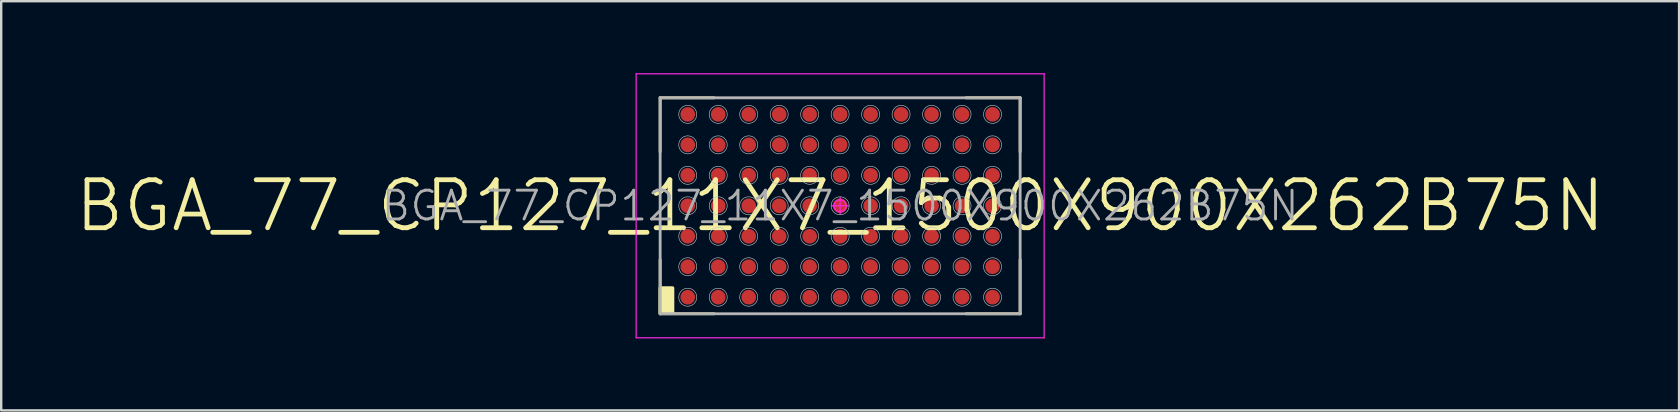
<source format=kicad_pcb>
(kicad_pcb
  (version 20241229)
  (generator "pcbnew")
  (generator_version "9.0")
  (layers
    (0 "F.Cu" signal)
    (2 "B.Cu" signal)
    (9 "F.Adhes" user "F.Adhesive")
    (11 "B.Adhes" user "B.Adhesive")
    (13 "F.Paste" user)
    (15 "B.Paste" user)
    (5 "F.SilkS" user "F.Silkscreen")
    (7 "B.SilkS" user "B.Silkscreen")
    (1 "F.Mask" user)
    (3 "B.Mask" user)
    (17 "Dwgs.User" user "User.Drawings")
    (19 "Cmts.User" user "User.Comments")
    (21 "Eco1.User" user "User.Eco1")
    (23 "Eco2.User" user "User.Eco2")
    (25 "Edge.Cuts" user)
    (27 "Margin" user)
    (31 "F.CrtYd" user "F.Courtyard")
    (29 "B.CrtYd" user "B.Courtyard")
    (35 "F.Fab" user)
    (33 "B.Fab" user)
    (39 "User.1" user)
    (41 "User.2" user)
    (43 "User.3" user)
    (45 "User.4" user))
  (footprint "BGA_77_CP127_11X7_1500X900X262B75N"
    (layer "F.Cu")
    (at 31.957 5.525)
    (property "Reference" "BGA_77_CP127_11X7_1500X900X262B75N" (at 0 0 0) (layer "F.Fab") (effects (font (size 1.2 1.2) (thickness 0.12))))
    (attr smd)
    (fp_line (start -7.5 -4.5) (end -7.5 -2.25) (stroke (width 0.12) (type solid)) (layer "F.SilkS"))
    (fp_line (start -7.5 4.5) (end -7.5 2.25) (stroke (width 0.12) (type solid)) (layer "F.SilkS"))
    (fp_line (start -5.25 -4.5) (end -7.5 -4.5) (stroke (width 0.12) (type solid)) (layer "F.SilkS"))
    (fp_line (start -5.25 4.5) (end -7.5 4.5) (stroke (width 0.12) (type solid)) (layer "F.SilkS"))
    (fp_line (start 5.25 -4.5) (end 7.5 -4.5) (stroke (width 0.12) (type solid)) (layer "F.SilkS"))
    (fp_line (start 5.25 4.5) (end 7.5 4.5) (stroke (width 0.12) (type solid)) (layer "F.SilkS"))
    (fp_line (start 7.5 -4.5) (end 7.5 -2.25) (stroke (width 0.12) (type solid)) (layer "F.SilkS"))
    (fp_line (start 7.5 4.5) (end 7.5 2.25) (stroke (width 0.12) (type solid)) (layer "F.SilkS"))
    (fp_poly (pts (xy -7.493 3.429) (xy -6.985 3.429) (xy -6.985 4.445) (xy -7.493 4.445)) (stroke (width 0.15) (type solid)) (fill yes) (layer "F.SilkS"))
    (fp_line (start -7.5 -4.5) (end 7.5 -4.5) (stroke (width 0.025) (type solid)) (layer "Dwgs.User"))
    (fp_line (start -7.5 4.5) (end -7.5 -4.5) (stroke (width 0.025) (type solid)) (layer "Dwgs.User"))
    (fp_line (start 7.5 -4.5) (end 7.5 4.5) (stroke (width 0.025) (type solid)) (layer "Dwgs.User"))
    (fp_line (start 7.5 4.5) (end -7.5 4.5) (stroke (width 0.025) (type solid)) (layer "Dwgs.User"))
    (fp_circle (center -6.35 -3.81) (end -6.35 -3.435) (stroke (width 0.025) (type solid)) (fill no) (layer "Dwgs.User"))
    (fp_circle (center -6.35 -2.54) (end -6.35 -2.165) (stroke (width 0.025) (type solid)) (fill no) (layer "Dwgs.User"))
    (fp_circle (center -6.35 -1.27) (end -6.35 -0.895) (stroke (width 0.025) (type solid)) (fill no) (layer "Dwgs.User"))
    (fp_circle (center -6.35 0) (end -6.35 0.375) (stroke (width 0.025) (type solid)) (fill no) (layer "Dwgs.User"))
    (fp_circle (center -6.35 1.27) (end -6.35 1.645) (stroke (width 0.025) (type solid)) (fill no) (layer "Dwgs.User"))
    (fp_circle (center -6.35 2.54) (end -6.35 2.915) (stroke (width 0.025) (type solid)) (fill no) (layer "Dwgs.User"))
    (fp_circle (center -6.35 3.81) (end -6.35 4.185) (stroke (width 0.025) (type solid)) (fill no) (layer "Dwgs.User"))
    (fp_circle (center -5.08 -3.81) (end -5.08 -3.435) (stroke (width 0.025) (type solid)) (fill no) (layer "Dwgs.User"))
    (fp_circle (center -5.08 -2.54) (end -5.08 -2.165) (stroke (width 0.025) (type solid)) (fill no) (layer "Dwgs.User"))
    (fp_circle (center -5.08 -1.27) (end -5.08 -0.895) (stroke (width 0.025) (type solid)) (fill no) (layer "Dwgs.User"))
    (fp_circle (center -5.08 0) (end -5.08 0.375) (stroke (width 0.025) (type solid)) (fill no) (layer "Dwgs.User"))
    (fp_circle (center -5.08 1.27) (end -5.08 1.645) (stroke (width 0.025) (type solid)) (fill no) (layer "Dwgs.User"))
    (fp_circle (center -5.08 2.54) (end -5.08 2.915) (stroke (width 0.025) (type solid)) (fill no) (layer "Dwgs.User"))
    (fp_circle (center -5.08 3.81) (end -5.08 4.185) (stroke (width 0.025) (type solid)) (fill no) (layer "Dwgs.User"))
    (fp_circle (center -3.81 -3.81) (end -3.81 -3.435) (stroke (width 0.025) (type solid)) (fill no) (layer "Dwgs.User"))
    (fp_circle (center -3.81 -2.54) (end -3.81 -2.165) (stroke (width 0.025) (type solid)) (fill no) (layer "Dwgs.User"))
    (fp_circle (center -3.81 -1.27) (end -3.81 -0.895) (stroke (width 0.025) (type solid)) (fill no) (layer "Dwgs.User"))
    (fp_circle (center -3.81 0) (end -3.81 0.375) (stroke (width 0.025) (type solid)) (fill no) (layer "Dwgs.User"))
    (fp_circle (center -3.81 1.27) (end -3.81 1.645) (stroke (width 0.025) (type solid)) (fill no) (layer "Dwgs.User"))
    (fp_circle (center -3.81 2.54) (end -3.81 2.915) (stroke (width 0.025) (type solid)) (fill no) (layer "Dwgs.User"))
    (fp_circle (center -3.81 3.81) (end -3.81 4.185) (stroke (width 0.025) (type solid)) (fill no) (layer "Dwgs.User"))
    (fp_circle (center -2.54 -3.81) (end -2.54 -3.435) (stroke (width 0.025) (type solid)) (fill no) (layer "Dwgs.User"))
    (fp_circle (center -2.54 -2.54) (end -2.54 -2.165) (stroke (width 0.025) (type solid)) (fill no) (layer "Dwgs.User"))
    (fp_circle (center -2.54 -1.27) (end -2.54 -0.895) (stroke (width 0.025) (type solid)) (fill no) (layer "Dwgs.User"))
    (fp_circle (center -2.54 0) (end -2.54 0.375) (stroke (width 0.025) (type solid)) (fill no) (layer "Dwgs.User"))
    (fp_circle (center -2.54 1.27) (end -2.54 1.645) (stroke (width 0.025) (type solid)) (fill no) (layer "Dwgs.User"))
    (fp_circle (center -2.54 2.54) (end -2.54 2.915) (stroke (width 0.025) (type solid)) (fill no) (layer "Dwgs.User"))
    (fp_circle (center -2.54 3.81) (end -2.54 4.185) (stroke (width 0.025) (type solid)) (fill no) (layer "Dwgs.User"))
    (fp_circle (center -1.27 -3.81) (end -1.27 -3.435) (stroke (width 0.025) (type solid)) (fill no) (layer "Dwgs.User"))
    (fp_circle (center -1.27 -2.54) (end -1.27 -2.165) (stroke (width 0.025) (type solid)) (fill no) (layer "Dwgs.User"))
    (fp_circle (center -1.27 -1.27) (end -1.27 -0.895) (stroke (width 0.025) (type solid)) (fill no) (layer "Dwgs.User"))
    (fp_circle (center -1.27 0) (end -1.27 0.375) (stroke (width 0.025) (type solid)) (fill no) (layer "Dwgs.User"))
    (fp_circle (center -1.27 1.27) (end -1.27 1.645) (stroke (width 0.025) (type solid)) (fill no) (layer "Dwgs.User"))
    (fp_circle (center -1.27 2.54) (end -1.27 2.915) (stroke (width 0.025) (type solid)) (fill no) (layer "Dwgs.User"))
    (fp_circle (center -1.27 3.81) (end -1.27 4.185) (stroke (width 0.025) (type solid)) (fill no) (layer "Dwgs.User"))
    (fp_circle (center 0 -3.81) (end 0 -3.435) (stroke (width 0.025) (type solid)) (fill no) (layer "Dwgs.User"))
    (fp_circle (center 0 -2.54) (end 0 -2.165) (stroke (width 0.025) (type solid)) (fill no) (layer "Dwgs.User"))
    (fp_circle (center 0 -1.27) (end 0 -0.895) (stroke (width 0.025) (type solid)) (fill no) (layer "Dwgs.User"))
    (fp_circle (center 0 0) (end 0 0.375) (stroke (width 0.025) (type solid)) (fill no) (layer "Dwgs.User"))
    (fp_circle (center 0 1.27) (end 0 1.645) (stroke (width 0.025) (type solid)) (fill no) (layer "Dwgs.User"))
    (fp_circle (center 0 2.54) (end 0 2.915) (stroke (width 0.025) (type solid)) (fill no) (layer "Dwgs.User"))
    (fp_circle (center 0 3.81) (end 0 4.185) (stroke (width 0.025) (type solid)) (fill no) (layer "Dwgs.User"))
    (fp_circle (center 1.27 -3.81) (end 1.27 -3.435) (stroke (width 0.025) (type solid)) (fill no) (layer "Dwgs.User"))
    (fp_circle (center 1.27 -2.54) (end 1.27 -2.165) (stroke (width 0.025) (type solid)) (fill no) (layer "Dwgs.User"))
    (fp_circle (center 1.27 -1.27) (end 1.27 -0.895) (stroke (width 0.025) (type solid)) (fill no) (layer "Dwgs.User"))
    (fp_circle (center 1.27 0) (end 1.27 0.375) (stroke (width 0.025) (type solid)) (fill no) (layer "Dwgs.User"))
    (fp_circle (center 1.27 1.27) (end 1.27 1.645) (stroke (width 0.025) (type solid)) (fill no) (layer "Dwgs.User"))
    (fp_circle (center 1.27 2.54) (end 1.27 2.915) (stroke (width 0.025) (type solid)) (fill no) (layer "Dwgs.User"))
    (fp_circle (center 1.27 3.81) (end 1.27 4.185) (stroke (width 0.025) (type solid)) (fill no) (layer "Dwgs.User"))
    (fp_circle (center 2.54 -3.81) (end 2.54 -3.435) (stroke (width 0.025) (type solid)) (fill no) (layer "Dwgs.User"))
    (fp_circle (center 2.54 -2.54) (end 2.54 -2.165) (stroke (width 0.025) (type solid)) (fill no) (layer "Dwgs.User"))
    (fp_circle (center 2.54 -1.27) (end 2.54 -0.895) (stroke (width 0.025) (type solid)) (fill no) (layer "Dwgs.User"))
    (fp_circle (center 2.54 0) (end 2.54 0.375) (stroke (width 0.025) (type solid)) (fill no) (layer "Dwgs.User"))
    (fp_circle (center 2.54 1.27) (end 2.54 1.645) (stroke (width 0.025) (type solid)) (fill no) (layer "Dwgs.User"))
    (fp_circle (center 2.54 2.54) (end 2.54 2.915) (stroke (width 0.025) (type solid)) (fill no) (layer "Dwgs.User"))
    (fp_circle (center 2.54 3.81) (end 2.54 4.185) (stroke (width 0.025) (type solid)) (fill no) (layer "Dwgs.User"))
    (fp_circle (center 3.81 -3.81) (end 3.81 -3.435) (stroke (width 0.025) (type solid)) (fill no) (layer "Dwgs.User"))
    (fp_circle (center 3.81 -2.54) (end 3.81 -2.165) (stroke (width 0.025) (type solid)) (fill no) (layer "Dwgs.User"))
    (fp_circle (center 3.81 -1.27) (end 3.81 -0.895) (stroke (width 0.025) (type solid)) (fill no) (layer "Dwgs.User"))
    (fp_circle (center 3.81 0) (end 3.81 0.375) (stroke (width 0.025) (type solid)) (fill no) (layer "Dwgs.User"))
    (fp_circle (center 3.81 1.27) (end 3.81 1.645) (stroke (width 0.025) (type solid)) (fill no) (layer "Dwgs.User"))
    (fp_circle (center 3.81 2.54) (end 3.81 2.915) (stroke (width 0.025) (type solid)) (fill no) (layer "Dwgs.User"))
    (fp_circle (center 3.81 3.81) (end 3.81 4.185) (stroke (width 0.025) (type solid)) (fill no) (layer "Dwgs.User"))
    (fp_circle (center 5.08 -3.81) (end 5.08 -3.435) (stroke (width 0.025) (type solid)) (fill no) (layer "Dwgs.User"))
    (fp_circle (center 5.08 -2.54) (end 5.08 -2.165) (stroke (width 0.025) (type solid)) (fill no) (layer "Dwgs.User"))
    (fp_circle (center 5.08 -1.27) (end 5.08 -0.895) (stroke (width 0.025) (type solid)) (fill no) (layer "Dwgs.User"))
    (fp_circle (center 5.08 0) (end 5.08 0.375) (stroke (width 0.025) (type solid)) (fill no) (layer "Dwgs.User"))
    (fp_circle (center 5.08 1.27) (end 5.08 1.645) (stroke (width 0.025) (type solid)) (fill no) (layer "Dwgs.User"))
    (fp_circle (center 5.08 2.54) (end 5.08 2.915) (stroke (width 0.025) (type solid)) (fill no) (layer "Dwgs.User"))
    (fp_circle (center 5.08 3.81) (end 5.08 4.185) (stroke (width 0.025) (type solid)) (fill no) (layer "Dwgs.User"))
    (fp_circle (center 6.35 -3.81) (end 6.35 -3.435) (stroke (width 0.025) (type solid)) (fill no) (layer "Dwgs.User"))
    (fp_circle (center 6.35 -2.54) (end 6.35 -2.165) (stroke (width 0.025) (type solid)) (fill no) (layer "Dwgs.User"))
    (fp_circle (center 6.35 -1.27) (end 6.35 -0.895) (stroke (width 0.025) (type solid)) (fill no) (layer "Dwgs.User"))
    (fp_circle (center 6.35 0) (end 6.35 0.375) (stroke (width 0.025) (type solid)) (fill no) (layer "Dwgs.User"))
    (fp_circle (center 6.35 1.27) (end 6.35 1.645) (stroke (width 0.025) (type solid)) (fill no) (layer "Dwgs.User"))
    (fp_circle (center 6.35 2.54) (end 6.35 2.915) (stroke (width 0.025) (type solid)) (fill no) (layer "Dwgs.User"))
    (fp_circle (center 6.35 3.81) (end 6.35 4.185) (stroke (width 0.025) (type solid)) (fill no) (layer "Dwgs.User"))
    (fp_line (start -8.5 -5.5) (end 8.5 -5.5) (stroke (width 0.05) (type solid)) (layer "F.CrtYd"))
    (fp_line (start -8.5 5.5) (end -8.5 -5.5) (stroke (width 0.05) (type solid)) (layer "F.CrtYd"))
    (fp_line (start -0.35 0) (end 0.35 0) (stroke (width 0.05) (type solid)) (layer "F.CrtYd"))
    (fp_line (start 0 -0.35) (end 0 0.35) (stroke (width 0.05) (type solid)) (layer "F.CrtYd"))
    (fp_line (start 8.5 -5.5) (end 8.5 5.5) (stroke (width 0.05) (type solid)) (layer "F.CrtYd"))
    (fp_line (start 8.5 5.5) (end -8.5 5.5) (stroke (width 0.05) (type solid)) (layer "F.CrtYd"))
    (fp_circle (center 0 0) (end 0 0.25) (stroke (width 0.05) (type solid)) (fill no) (layer "F.CrtYd"))
    (fp_line (start -7.5 -4.5) (end 7.5 -4.5) (stroke (width 0.12) (type solid)) (layer "F.Fab"))
    (fp_line (start -7.5 4.5) (end -7.5 -4.5) (stroke (width 0.12) (type solid)) (layer "F.Fab"))
    (fp_line (start 7.5 -4.5) (end 7.5 4.5) (stroke (width 0.12) (type solid)) (layer "F.Fab"))
    (fp_line (start 7.5 4.5) (end -7.5 4.5) (stroke (width 0.12) (type solid)) (layer "F.Fab"))
    (fp_text user "${REFERENCE}" (at 0 0 0) (layer "F.SilkS") (effects (font (size 2 2) (thickness 0.2))))
    (pad "A1" smd circle (at -6.35 3.81) (size 0.61 0.61) (layers "F.Cu" "F.Mask" "F.Paste"))
    (pad "A2" smd circle (at -6.35 2.54) (size 0.61 0.61) (layers "F.Cu" "F.Mask" "F.Paste"))
    (pad "A3" smd circle (at -6.35 1.27) (size 0.61 0.61) (layers "F.Cu" "F.Mask" "F.Paste"))
    (pad "A4" smd circle (at -6.35 0) (size 0.61 0.61) (layers "F.Cu" "F.Mask" "F.Paste"))
    (pad "A5" smd circle (at -6.35 -1.27) (size 0.61 0.61) (layers "F.Cu" "F.Mask" "F.Paste"))
    (pad "A6" smd circle (at -6.35 -2.54) (size 0.61 0.61) (layers "F.Cu" "F.Mask" "F.Paste"))
    (pad "A7" smd circle (at -6.35 -3.81) (size 0.61 0.61) (layers "F.Cu" "F.Mask" "F.Paste"))
    (pad "B1" smd circle (at -5.08 3.81) (size 0.61 0.61) (layers "F.Cu" "F.Mask" "F.Paste"))
    (pad "B2" smd circle (at -5.08 2.54) (size 0.61 0.61) (layers "F.Cu" "F.Mask" "F.Paste"))
    (pad "B3" smd circle (at -5.08 1.27) (size 0.61 0.61) (layers "F.Cu" "F.Mask" "F.Paste"))
    (pad "B4" smd circle (at -5.08 0) (size 0.61 0.61) (layers "F.Cu" "F.Mask" "F.Paste"))
    (pad "B5" smd circle (at -5.08 -1.27) (size 0.61 0.61) (layers "F.Cu" "F.Mask" "F.Paste"))
    (pad "B6" smd circle (at -5.08 -2.54) (size 0.61 0.61) (layers "F.Cu" "F.Mask" "F.Paste"))
    (pad "B7" smd circle (at -5.08 -3.81) (size 0.61 0.61) (layers "F.Cu" "F.Mask" "F.Paste"))
    (pad "C1" smd circle (at -3.81 3.81) (size 0.61 0.61) (layers "F.Cu" "F.Mask" "F.Paste"))
    (pad "C2" smd circle (at -3.81 2.54) (size 0.61 0.61) (layers "F.Cu" "F.Mask" "F.Paste"))
    (pad "C3" smd circle (at -3.81 1.27) (size 0.61 0.61) (layers "F.Cu" "F.Mask" "F.Paste"))
    (pad "C4" smd circle (at -3.81 0) (size 0.61 0.61) (layers "F.Cu" "F.Mask" "F.Paste"))
    (pad "C5" smd circle (at -3.81 -1.27) (size 0.61 0.61) (layers "F.Cu" "F.Mask" "F.Paste"))
    (pad "C6" smd circle (at -3.81 -2.54) (size 0.61 0.61) (layers "F.Cu" "F.Mask" "F.Paste"))
    (pad "C7" smd circle (at -3.81 -3.81) (size 0.61 0.61) (layers "F.Cu" "F.Mask" "F.Paste"))
    (pad "D1" smd circle (at -2.54 3.81) (size 0.61 0.61) (layers "F.Cu" "F.Mask" "F.Paste"))
    (pad "D2" smd circle (at -2.54 2.54) (size 0.61 0.61) (layers "F.Cu" "F.Mask" "F.Paste"))
    (pad "D3" smd circle (at -2.54 1.27) (size 0.61 0.61) (layers "F.Cu" "F.Mask" "F.Paste"))
    (pad "D4" smd circle (at -2.54 0) (size 0.61 0.61) (layers "F.Cu" "F.Mask" "F.Paste"))
    (pad "D5" smd circle (at -2.54 -1.27) (size 0.61 0.61) (layers "F.Cu" "F.Mask" "F.Paste"))
    (pad "D6" smd circle (at -2.54 -2.54) (size 0.61 0.61) (layers "F.Cu" "F.Mask" "F.Paste"))
    (pad "D7" smd circle (at -2.54 -3.81) (size 0.61 0.61) (layers "F.Cu" "F.Mask" "F.Paste"))
    (pad "E1" smd circle (at -1.27 3.81) (size 0.61 0.61) (layers "F.Cu" "F.Mask" "F.Paste"))
    (pad "E2" smd circle (at -1.27 2.54) (size 0.61 0.61) (layers "F.Cu" "F.Mask" "F.Paste"))
    (pad "E3" smd circle (at -1.27 1.27) (size 0.61 0.61) (layers "F.Cu" "F.Mask" "F.Paste"))
    (pad "E4" smd circle (at -1.27 0) (size 0.61 0.61) (layers "F.Cu" "F.Mask" "F.Paste"))
    (pad "E5" smd circle (at -1.27 -1.27) (size 0.61 0.61) (layers "F.Cu" "F.Mask" "F.Paste"))
    (pad "E6" smd circle (at -1.27 -2.54) (size 0.61 0.61) (layers "F.Cu" "F.Mask" "F.Paste"))
    (pad "E7" smd circle (at -1.27 -3.81) (size 0.61 0.61) (layers "F.Cu" "F.Mask" "F.Paste"))
    (pad "F1" smd circle (at 0 3.81) (size 0.61 0.61) (layers "F.Cu" "F.Mask" "F.Paste"))
    (pad "F2" smd circle (at 0 2.54) (size 0.61 0.61) (layers "F.Cu" "F.Mask" "F.Paste"))
    (pad "F3" smd circle (at 0 1.27) (size 0.61 0.61) (layers "F.Cu" "F.Mask" "F.Paste"))
    (pad "F4" smd circle (at 0 0) (size 0.61 0.61) (layers "F.Cu" "F.Mask" "F.Paste"))
    (pad "F5" smd circle (at 0 -1.27) (size 0.61 0.61) (layers "F.Cu" "F.Mask" "F.Paste"))
    (pad "F6" smd circle (at 0 -2.54) (size 0.61 0.61) (layers "F.Cu" "F.Mask" "F.Paste"))
    (pad "F7" smd circle (at 0 -3.81) (size 0.61 0.61) (layers "F.Cu" "F.Mask" "F.Paste"))
    (pad "G1" smd circle (at 1.27 3.81) (size 0.61 0.61) (layers "F.Cu" "F.Mask" "F.Paste"))
    (pad "G2" smd circle (at 1.27 2.54) (size 0.61 0.61) (layers "F.Cu" "F.Mask" "F.Paste"))
    (pad "G3" smd circle (at 1.27 1.27) (size 0.61 0.61) (layers "F.Cu" "F.Mask" "F.Paste"))
    (pad "G4" smd circle (at 1.27 0) (size 0.61 0.61) (layers "F.Cu" "F.Mask" "F.Paste"))
    (pad "G5" smd circle (at 1.27 -1.27) (size 0.61 0.61) (layers "F.Cu" "F.Mask" "F.Paste"))
    (pad "G6" smd circle (at 1.27 -2.54) (size 0.61 0.61) (layers "F.Cu" "F.Mask" "F.Paste"))
    (pad "G7" smd circle (at 1.27 -3.81) (size 0.61 0.61) (layers "F.Cu" "F.Mask" "F.Paste"))
    (pad "H1" smd circle (at 2.54 3.81) (size 0.61 0.61) (layers "F.Cu" "F.Mask" "F.Paste"))
    (pad "H2" smd circle (at 2.54 2.54) (size 0.61 0.61) (layers "F.Cu" "F.Mask" "F.Paste"))
    (pad "H3" smd circle (at 2.54 1.27) (size 0.61 0.61) (layers "F.Cu" "F.Mask" "F.Paste"))
    (pad "H4" smd circle (at 2.54 0) (size 0.61 0.61) (layers "F.Cu" "F.Mask" "F.Paste"))
    (pad "H5" smd circle (at 2.54 -1.27) (size 0.61 0.61) (layers "F.Cu" "F.Mask" "F.Paste"))
    (pad "H6" smd circle (at 2.54 -2.54) (size 0.61 0.61) (layers "F.Cu" "F.Mask" "F.Paste"))
    (pad "H7" smd circle (at 2.54 -3.81) (size 0.61 0.61) (layers "F.Cu" "F.Mask" "F.Paste"))
    (pad "J1" smd circle (at 3.81 3.81) (size 0.61 0.61) (layers "F.Cu" "F.Mask" "F.Paste"))
    (pad "J2" smd circle (at 3.81 2.54) (size 0.61 0.61) (layers "F.Cu" "F.Mask" "F.Paste"))
    (pad "J3" smd circle (at 3.81 1.27) (size 0.61 0.61) (layers "F.Cu" "F.Mask" "F.Paste"))
    (pad "J4" smd circle (at 3.81 0) (size 0.61 0.61) (layers "F.Cu" "F.Mask" "F.Paste"))
    (pad "J5" smd circle (at 3.81 -1.27) (size 0.61 0.61) (layers "F.Cu" "F.Mask" "F.Paste"))
    (pad "J6" smd circle (at 3.81 -2.54) (size 0.61 0.61) (layers "F.Cu" "F.Mask" "F.Paste"))
    (pad "J7" smd circle (at 3.81 -3.81) (size 0.61 0.61) (layers "F.Cu" "F.Mask" "F.Paste"))
    (pad "K1" smd circle (at 5.08 3.81) (size 0.61 0.61) (layers "F.Cu" "F.Mask" "F.Paste"))
    (pad "K2" smd circle (at 5.08 2.54) (size 0.61 0.61) (layers "F.Cu" "F.Mask" "F.Paste"))
    (pad "K3" smd circle (at 5.08 1.27) (size 0.61 0.61) (layers "F.Cu" "F.Mask" "F.Paste"))
    (pad "K4" smd circle (at 5.08 0) (size 0.61 0.61) (layers "F.Cu" "F.Mask" "F.Paste"))
    (pad "K5" smd circle (at 5.08 -1.27) (size 0.61 0.61) (layers "F.Cu" "F.Mask" "F.Paste"))
    (pad "K6" smd circle (at 5.08 -2.54) (size 0.61 0.61) (layers "F.Cu" "F.Mask" "F.Paste"))
    (pad "K7" smd circle (at 5.08 -3.81) (size 0.61 0.61) (layers "F.Cu" "F.Mask" "F.Paste"))
    (pad "L1" smd circle (at 6.35 3.81) (size 0.61 0.61) (layers "F.Cu" "F.Mask" "F.Paste"))
    (pad "L2" smd circle (at 6.35 2.54) (size 0.61 0.61) (layers "F.Cu" "F.Mask" "F.Paste"))
    (pad "L3" smd circle (at 6.35 1.27) (size 0.61 0.61) (layers "F.Cu" "F.Mask" "F.Paste"))
    (pad "L4" smd circle (at 6.35 0) (size 0.61 0.61) (layers "F.Cu" "F.Mask" "F.Paste"))
    (pad "L5" smd circle (at 6.35 -1.27) (size 0.61 0.61) (layers "F.Cu" "F.Mask" "F.Paste"))
    (pad "L6" smd circle (at 6.35 -2.54) (size 0.61 0.61) (layers "F.Cu" "F.Mask" "F.Paste"))
    (pad "L7" smd circle (at 6.35 -3.81) (size 0.61 0.61) (layers "F.Cu" "F.Mask" "F.Paste")))
  (gr_rect
    (start -3 -3)
    (end 66.914 14.05)
    (stroke (width 0.1) (type default))
    (fill no)
    (layer "Edge.Cuts")))
</source>
